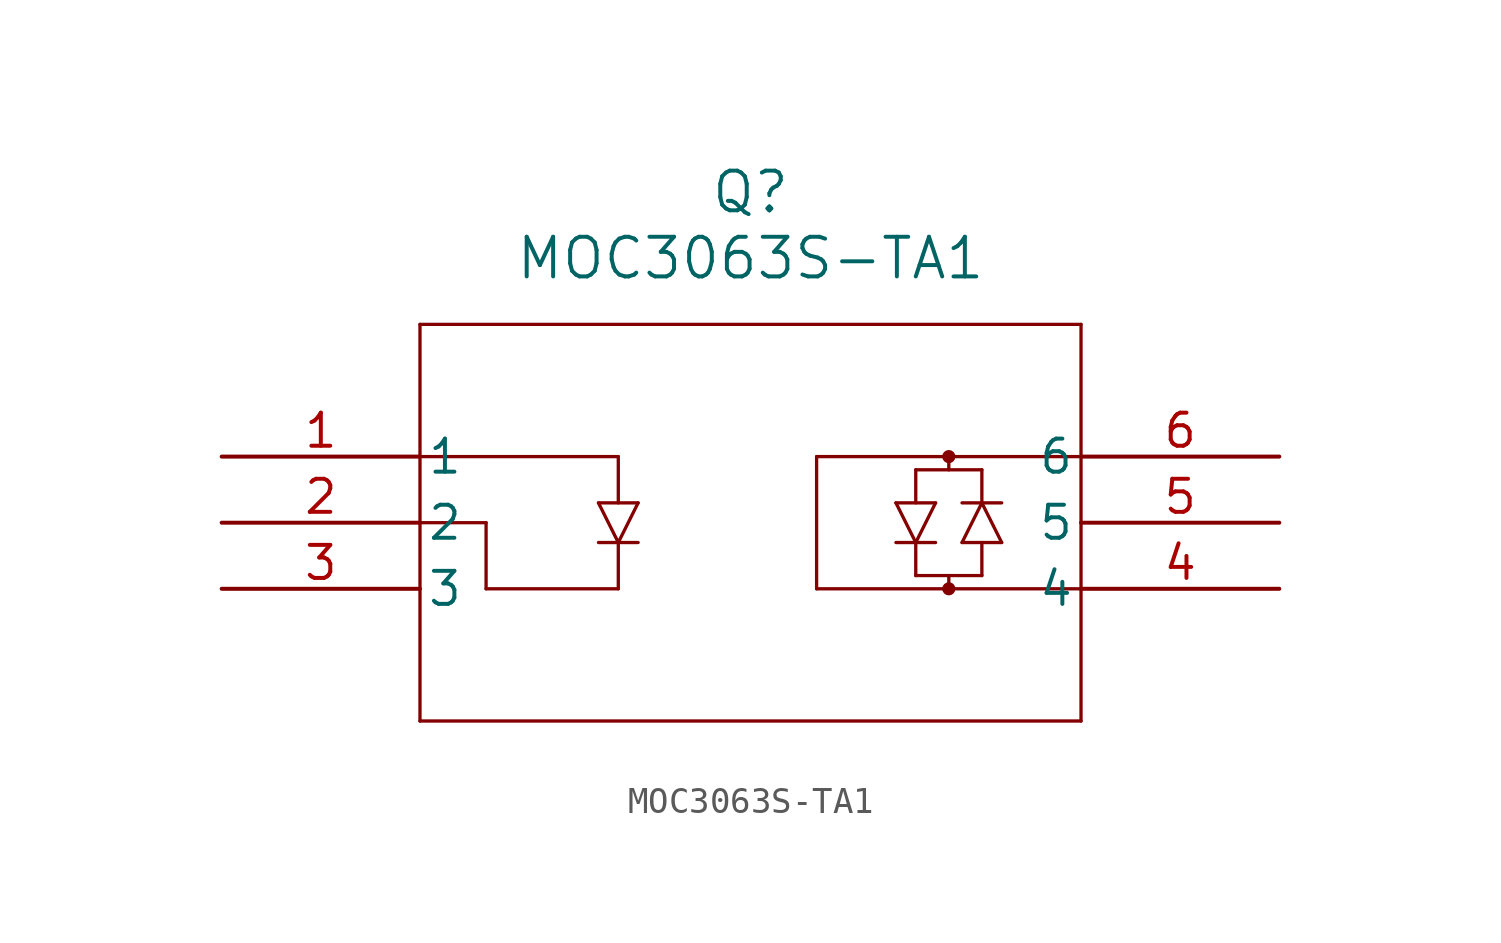
<source format=kicad_sym>
(kicad_symbol_lib
  (version 20211014)
  (generator kicad_symbol_editor)
  (symbol "MOC3063S-TA1"
    (pin_names
      (offset 0.254))
    (property "Reference" "Q"
      (at 20.32 10.16 0)
      (effects (font (size 1.524 1.524))))
    (property "Value" "MOC3063S-TA1"
      (at 20.32 7.62 0)
      (effects (font (size 1.524 1.524))))
    (polyline
      (pts (xy 7.62 5.08) (xy 7.62 -10.16))
      (stroke (width 0.127) (type default) (color 0 0 0 0))
      (fill (type none)))
    (polyline
      (pts (xy 7.62 -10.16) (xy 33.02 -10.16))
      (stroke (width 0.127) (type default) (color 0 0 0 0))
      (fill (type none)))
    (polyline
      (pts (xy 33.02 -10.16) (xy 33.02 5.08))
      (stroke (width 0.127) (type default) (color 0 0 0 0))
      (fill (type none)))
    (polyline
      (pts (xy 33.02 5.08) (xy 7.62 5.08))
      (stroke (width 0.127) (type default) (color 0 0 0 0))
      (fill (type none)))
    (polyline
      (pts (xy 7.62 0) (xy 15.24 0))
      (stroke (width 0.127) (type default) (color 0 0 0 0))
      (fill (type none)))
    (polyline
      (pts (xy 7.62 -2.54) (xy 10.16 -2.54))
      (stroke (width 0.127) (type default) (color 0 0 0 0))
      (fill (type none)))
    (polyline
      (pts (xy 10.16 -2.54) (xy 10.16 -5.08))
      (stroke (width 0.127) (type default) (color 0 0 0 0))
      (fill (type none)))
    (polyline
      (pts (xy 10.16 -5.08) (xy 15.24 -5.08))
      (stroke (width 0.127) (type default) (color 0 0 0 0))
      (fill (type none)))
    (polyline
      (pts (xy 33.02 0) (xy 22.86 0))
      (stroke (width 0.127) (type default) (color 0 0 0 0))
      (fill (type none)))
    (polyline
      (pts (xy 22.86 0) (xy 22.86 -5.08))
      (stroke (width 0.127) (type default) (color 0 0 0 0))
      (fill (type none)))
    (polyline
      (pts (xy 22.86 -5.08) (xy 33.02 -5.08))
      (stroke (width 0.127) (type default) (color 0 0 0 0))
      (fill (type none)))
    (polyline
      (pts (xy 27.94 -5.08) (xy 27.94 -4.572))
      (stroke (width 0.127) (type default) (color 0 0 0 0))
      (fill (type none)))
    (polyline
      (pts (xy 27.94 0) (xy 27.94 -0.508))
      (stroke (width 0.127) (type default) (color 0 0 0 0))
      (fill (type none)))
    (polyline
      (pts (xy 26.67 -0.508) (xy 29.21 -0.508))
      (stroke (width 0.127) (type default) (color 0 0 0 0))
      (fill (type none)))
    (polyline
      (pts (xy 26.67 -4.572) (xy 29.21 -4.572))
      (stroke (width 0.127) (type default) (color 0 0 0 0))
      (fill (type none)))
    (polyline
      (pts (xy 29.21 -4.572) (xy 29.21 -3.302))
      (stroke (width 0.127) (type default) (color 0 0 0 0))
      (fill (type none)))
    (polyline
      (pts (xy 29.21 -0.508) (xy 29.21 -1.778))
      (stroke (width 0.127) (type default) (color 0 0 0 0))
      (fill (type none)))
    (polyline
      (pts (xy 29.21 -1.778) (xy 28.448 -3.302))
      (stroke (width 0.127) (type default) (color 0 0 0 0))
      (fill (type none)))
    (polyline
      (pts (xy 28.448 -3.302) (xy 29.972 -3.302))
      (stroke (width 0.127) (type default) (color 0 0 0 0))
      (fill (type none)))
    (polyline
      (pts (xy 29.972 -3.302) (xy 29.21 -1.778))
      (stroke (width 0.127) (type default) (color 0 0 0 0))
      (fill (type none)))
    (polyline
      (pts (xy 28.448 -1.778) (xy 29.972 -1.778))
      (stroke (width 0.127) (type default) (color 0 0 0 0))
      (fill (type none)))
    (polyline
      (pts (xy 26.67 -0.508) (xy 26.67 -1.778))
      (stroke (width 0.127) (type default) (color 0 0 0 0))
      (fill (type none)))
    (polyline
      (pts (xy 26.67 -4.572) (xy 26.67 -3.302))
      (stroke (width 0.127) (type default) (color 0 0 0 0))
      (fill (type none)))
    (polyline
      (pts (xy 26.67 -3.302) (xy 27.432 -1.778))
      (stroke (width 0.127) (type default) (color 0 0 0 0))
      (fill (type none)))
    (polyline
      (pts (xy 27.432 -1.778) (xy 25.908 -1.778))
      (stroke (width 0.127) (type default) (color 0 0 0 0))
      (fill (type none)))
    (polyline
      (pts (xy 25.908 -1.778) (xy 26.67 -3.302))
      (stroke (width 0.127) (type default) (color 0 0 0 0))
      (fill (type none)))
    (polyline
      (pts (xy 27.432 -3.302) (xy 25.908 -3.302))
      (stroke (width 0.127) (type default) (color 0 0 0 0))
      (fill (type none)))
    (polyline
      (pts (xy 15.24 0) (xy 15.24 -1.778))
      (stroke (width 0.127) (type default) (color 0 0 0 0))
      (fill (type none)))
    (polyline
      (pts (xy 15.24 -5.08) (xy 15.24 -3.302))
      (stroke (width 0.127) (type default) (color 0 0 0 0))
      (fill (type none)))
    (polyline
      (pts (xy 15.24 -3.302) (xy 16.002 -1.778))
      (stroke (width 0.127) (type default) (color 0 0 0 0))
      (fill (type none)))
    (polyline
      (pts (xy 16.002 -1.778) (xy 14.478 -1.778))
      (stroke (width 0.127) (type default) (color 0 0 0 0))
      (fill (type none)))
    (polyline
      (pts (xy 14.478 -1.778) (xy 15.24 -3.302))
      (stroke (width 0.127) (type default) (color 0 0 0 0))
      (fill (type none)))
    (polyline
      (pts (xy 16.002 -3.302) (xy 14.478 -3.302))
      (stroke (width 0.127) (type default) (color 0 0 0 0))
      (fill (type none)))
    (circle
      (center 27.94 0)
      (radius 0.127)
      (stroke (width 0.254) (type default) (color 0 0 0 0))
      (fill (type none)))
    (circle
      (center 27.94 -5.08)
      (radius 0.127)
      (stroke (width 0.254) (type default) (color 0 0 0 0))
      (fill (type none)))
    (pin unspecified line
      (at 0 0 0)
      (length 7.62)
      (name "1" (effects (font (size 1.27 1.27))))
      (number "1" (effects (font (size 1.27 1.27)))))
    (pin unspecified line
      (at 0 -2.54 0)
      (length 7.62)
      (name "2" (effects (font (size 1.27 1.27))))
      (number "2" (effects (font (size 1.27 1.27)))))
    (pin unspecified line
      (at 0 -5.08 0)
      (length 7.62)
      (name "3" (effects (font (size 1.27 1.27))))
      (number "3" (effects (font (size 1.27 1.27)))))
    (pin unspecified line
      (at 40.64 -5.08 180)
      (length 7.62)
      (name "4" (effects (font (size 1.27 1.27))))
      (number "4" (effects (font (size 1.27 1.27)))))
    (pin unspecified line
      (at 40.64 -2.54 180)
      (length 7.62)
      (name "5" (effects (font (size 1.27 1.27))))
      (number "5" (effects (font (size 1.27 1.27)))))
    (pin unspecified line
      (at 40.64 0 180)
      (length 7.62)
      (name "6" (effects (font (size 1.27 1.27))))
      (number "6" (effects (font (size 1.27 1.27)))))))
</source>
